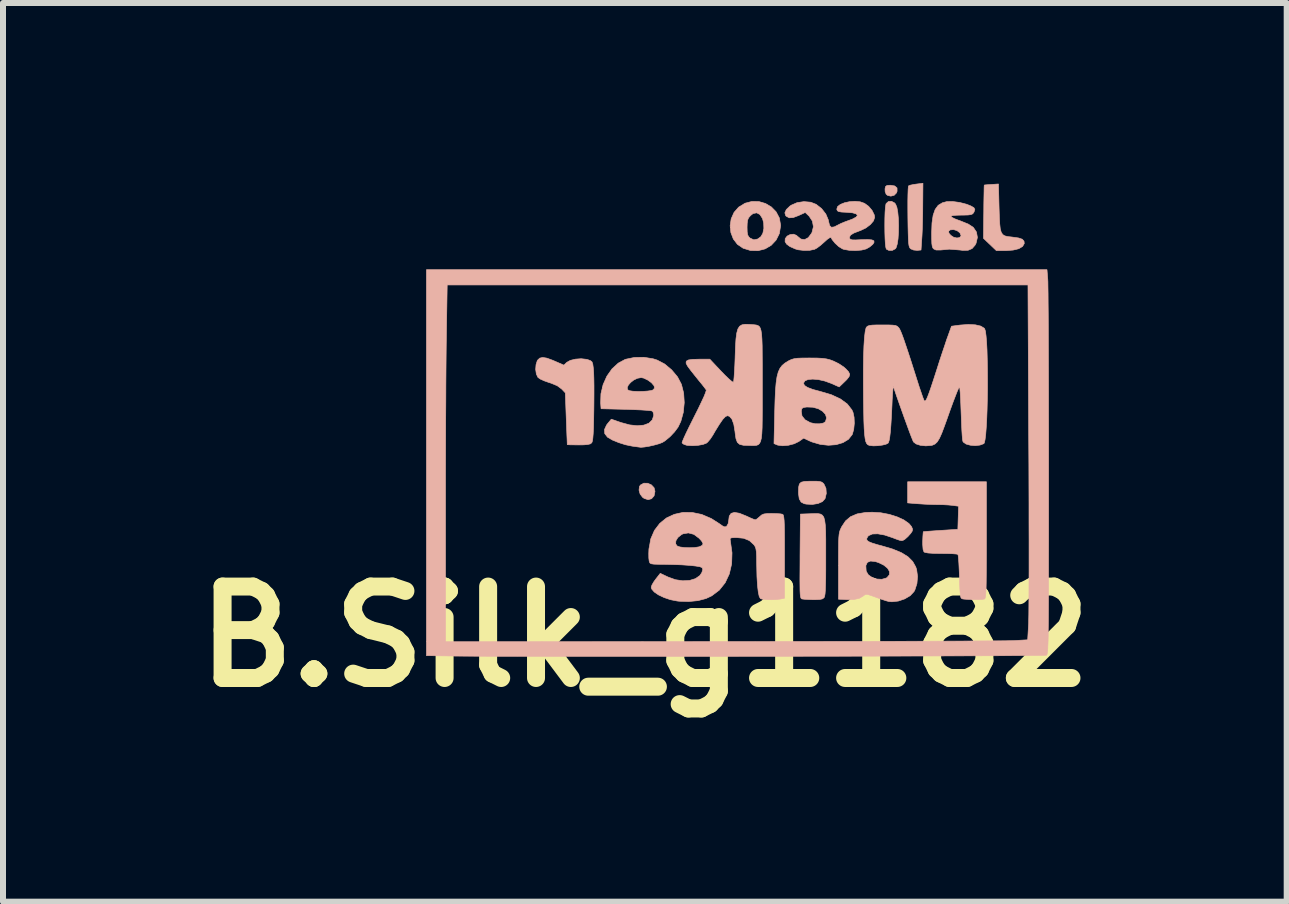
<source format=kicad_pcb>
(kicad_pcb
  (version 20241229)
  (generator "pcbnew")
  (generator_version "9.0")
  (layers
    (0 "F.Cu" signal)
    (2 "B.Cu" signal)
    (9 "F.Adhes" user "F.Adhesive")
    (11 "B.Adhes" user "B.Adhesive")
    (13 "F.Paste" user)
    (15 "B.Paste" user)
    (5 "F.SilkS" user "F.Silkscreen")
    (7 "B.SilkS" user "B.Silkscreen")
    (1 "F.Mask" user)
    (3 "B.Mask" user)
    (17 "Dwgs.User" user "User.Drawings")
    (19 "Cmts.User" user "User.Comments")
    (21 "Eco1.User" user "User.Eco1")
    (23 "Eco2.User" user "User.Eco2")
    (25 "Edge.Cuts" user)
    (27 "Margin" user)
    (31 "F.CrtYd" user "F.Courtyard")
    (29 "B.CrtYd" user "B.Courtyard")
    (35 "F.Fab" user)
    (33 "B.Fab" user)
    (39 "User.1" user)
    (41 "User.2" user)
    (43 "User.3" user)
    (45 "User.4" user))
  (footprint "B.Silk_g1182"
    (layer "F.Cu")
    (at 7.7 7.563)
    (property "Reference" "B.Silk_g1182" (at 0 0 0) (layer "F.SilkS") (effects (font (size 1.524 1.524) (thickness 0.3))))
    (attr through_hole)
    (fp_poly (pts (xy 0.048 -2.557) (xy 0.109 -2.53) (xy 0.154 -2.482) (xy 0.169 -2.422) (xy 0.154 -2.347) (xy 0.112 -2.299) (xy 0.054 -2.283) (xy -0.011 -2.304) (xy -0.038 -2.323) (xy -0.079 -2.377) (xy -0.097 -2.442) (xy -0.09 -2.502) (xy -0.074 -2.527) (xy -0.017 -2.558) (xy 0.048 -2.557)) (stroke (width 0.01) (type solid)) (fill yes) (layer "B.SilkS"))
    (fp_poly (pts (xy 4.166 -7.513) (xy 4.204 -7.48) (xy 4.205 -7.426) (xy 4.196 -7.399) (xy 4.157 -7.358) (xy 4.101 -7.343) (xy 4.046 -7.356) (xy 4.023 -7.375) (xy 4.006 -7.418) (xy 4.004 -7.465) (xy 4.013 -7.504) (xy 4.037 -7.521) (xy 4.089 -7.525) (xy 4.093 -7.525) (xy 4.166 -7.513)) (stroke (width 0.01) (type solid)) (fill yes) (layer "B.SilkS"))
    (fp_poly (pts (xy 2.86 -2.591) (xy 2.916 -2.586) (xy 2.951 -2.575) (xy 2.976 -2.555) (xy 2.986 -2.543) (xy 3.019 -2.473) (xy 3.025 -2.387) (xy 3.004 -2.3) (xy 3.002 -2.298) (xy 2.96 -2.251) (xy 2.887 -2.219) (xy 2.794 -2.204) (xy 2.693 -2.209) (xy 2.656 -2.216) (xy 2.605 -2.243) (xy 2.574 -2.296) (xy 2.562 -2.382) (xy 2.561 -2.412) (xy 2.564 -2.493) (xy 2.576 -2.544) (xy 2.606 -2.574) (xy 2.66 -2.587) (xy 2.748 -2.591) (xy 2.773 -2.591) (xy 2.86 -2.591)) (stroke (width 0.01) (type solid)) (fill yes) (layer "B.SilkS"))
    (fp_poly (pts (xy 4.162 -7.231) (xy 4.18 -7.21) (xy 4.202 -7.155) (xy 4.217 -7.071) (xy 4.227 -6.966) (xy 4.23 -6.852) (xy 4.228 -6.737) (xy 4.221 -6.63) (xy 4.207 -6.542) (xy 4.188 -6.482) (xy 4.177 -6.466) (xy 4.126 -6.439) (xy 4.067 -6.439) (xy 4.026 -6.46) (xy 4.017 -6.49) (xy 4.009 -6.554) (xy 4.004 -6.642) (xy 4.001 -6.746) (xy 4 -6.858) (xy 4.001 -6.969) (xy 4.004 -7.069) (xy 4.01 -7.151) (xy 4.018 -7.205) (xy 4.022 -7.219) (xy 4.061 -7.254) (xy 4.112 -7.257) (xy 4.162 -7.231)) (stroke (width 0.01) (type solid)) (fill yes) (layer "B.SilkS"))
    (fp_poly (pts (xy 4.633 -7.192) (xy 4.632 -7.054) (xy 4.629 -6.914) (xy 4.625 -6.785) (xy 4.62 -6.679) (xy 4.617 -6.636) (xy 4.604 -6.445) (xy 4.54 -6.439) (xy 4.479 -6.445) (xy 4.434 -6.464) (xy 4.421 -6.476) (xy 4.411 -6.493) (xy 4.403 -6.521) (xy 4.397 -6.566) (xy 4.393 -6.631) (xy 4.39 -6.724) (xy 4.387 -6.848) (xy 4.385 -6.997) (xy 4.384 -7.138) (xy 4.384 -7.266) (xy 4.386 -7.373) (xy 4.389 -7.454) (xy 4.393 -7.503) (xy 4.396 -7.514) (xy 4.425 -7.526) (xy 4.482 -7.538) (xy 4.524 -7.544) (xy 4.636 -7.558) (xy 4.633 -7.192)) (stroke (width 0.01) (type solid)) (fill yes) (layer "B.SilkS"))
    (fp_poly (pts (xy 5.905 -7.151) (xy 5.91 -6.999) (xy 5.916 -6.883) (xy 5.925 -6.799) (xy 5.941 -6.741) (xy 5.966 -6.703) (xy 6.001 -6.681) (xy 6.051 -6.669) (xy 6.116 -6.662) (xy 6.131 -6.66) (xy 6.23 -6.646) (xy 6.292 -6.625) (xy 6.321 -6.592) (xy 6.325 -6.553) (xy 6.297 -6.505) (xy 6.234 -6.467) (xy 6.139 -6.444) (xy 6.019 -6.435) (xy 6.015 -6.435) (xy 5.86 -6.435) (xy 5.645 -6.64) (xy 5.65 -7.082) (xy 5.651 -7.214) (xy 5.653 -7.33) (xy 5.655 -7.425) (xy 5.656 -7.492) (xy 5.658 -7.525) (xy 5.658 -7.528) (xy 5.68 -7.531) (xy 5.731 -7.535) (xy 5.779 -7.538) (xy 5.895 -7.546) (xy 5.905 -7.151)) (stroke (width 0.01) (type solid)) (fill yes) (layer "B.SilkS"))
    (fp_poly (pts (xy 2.886 -2.051) (xy 2.928 -2.043) (xy 2.959 -2.025) (xy 2.983 -1.991) (xy 2.998 -1.938) (xy 3.008 -1.862) (xy 3.014 -1.759) (xy 3.016 -1.624) (xy 3.016 -1.454) (xy 3.016 -1.311) (xy 3.016 -1.123) (xy 3.015 -0.974) (xy 3.012 -0.858) (xy 3.009 -0.772) (xy 3.004 -0.712) (xy 2.997 -0.673) (xy 2.989 -0.652) (xy 2.987 -0.649) (xy 2.96 -0.629) (xy 2.913 -0.619) (xy 2.836 -0.616) (xy 2.807 -0.616) (xy 2.727 -0.619) (xy 2.659 -0.623) (xy 2.619 -0.628) (xy 2.619 -0.628) (xy 2.609 -0.633) (xy 2.601 -0.645) (xy 2.595 -0.668) (xy 2.59 -0.707) (xy 2.587 -0.765) (xy 2.586 -0.848) (xy 2.585 -0.958) (xy 2.586 -1.101) (xy 2.587 -1.281) (xy 2.587 -1.34) (xy 2.593 -2.043) (xy 2.767 -2.049) (xy 2.833 -2.051) (xy 2.886 -2.051)) (stroke (width 0.01) (type solid)) (fill yes) (layer "B.SilkS"))
    (fp_poly (pts (xy 1.901 -7.253) (xy 2.011 -7.221) (xy 2.109 -7.163) (xy 2.188 -7.082) (xy 2.242 -6.98) (xy 2.263 -6.861) (xy 2.263 -6.847) (xy 2.242 -6.719) (xy 2.188 -6.611) (xy 2.107 -6.524) (xy 2.005 -6.464) (xy 1.888 -6.434) (xy 1.761 -6.437) (xy 1.638 -6.475) (xy 1.543 -6.54) (xy 1.475 -6.629) (xy 1.434 -6.736) (xy 1.425 -6.824) (xy 1.704 -6.824) (xy 1.706 -6.746) (xy 1.714 -6.697) (xy 1.732 -6.665) (xy 1.754 -6.644) (xy 1.817 -6.615) (xy 1.882 -6.629) (xy 1.934 -6.667) (xy 1.967 -6.724) (xy 1.984 -6.805) (xy 1.981 -6.894) (xy 1.962 -6.969) (xy 1.918 -7.037) (xy 1.865 -7.065) (xy 1.804 -7.053) (xy 1.761 -7.019) (xy 1.73 -6.983) (xy 1.713 -6.943) (xy 1.706 -6.886) (xy 1.704 -6.824) (xy 1.425 -6.824) (xy 1.422 -6.85) (xy 1.439 -6.965) (xy 1.487 -7.072) (xy 1.564 -7.16) (xy 1.67 -7.225) (xy 1.785 -7.255) (xy 1.901 -7.253)) (stroke (width 0.01) (type solid)) (fill yes) (layer "B.SilkS"))
    (fp_poly (pts (xy -1.634 -4.643) (xy -1.539 -4.608) (xy -1.499 -4.591) (xy -1.35 -4.526) (xy -1.302 -4.572) (xy -1.243 -4.605) (xy -1.157 -4.626) (xy -1.062 -4.633) (xy -0.972 -4.623) (xy -0.947 -4.616) (xy -0.905 -4.6) (xy -0.881 -4.58) (xy -0.868 -4.543) (xy -0.859 -4.478) (xy -0.857 -4.457) (xy -0.853 -4.398) (xy -0.85 -4.305) (xy -0.848 -4.184) (xy -0.848 -4.045) (xy -0.849 -3.894) (xy -0.85 -3.795) (xy -0.853 -3.621) (xy -0.856 -3.485) (xy -0.861 -3.383) (xy -0.867 -3.31) (xy -0.874 -3.262) (xy -0.883 -3.236) (xy -0.886 -3.231) (xy -0.91 -3.213) (xy -0.952 -3.203) (xy -1.019 -3.197) (xy -1.103 -3.196) (xy -1.187 -3.197) (xy -1.251 -3.198) (xy -1.288 -3.2) (xy -1.293 -3.201) (xy -1.294 -3.223) (xy -1.296 -3.281) (xy -1.3 -3.368) (xy -1.304 -3.478) (xy -1.309 -3.605) (xy -1.31 -3.635) (xy -1.326 -4.064) (xy -1.387 -4.128) (xy -1.461 -4.183) (xy -1.572 -4.228) (xy -1.598 -4.236) (xy -1.677 -4.264) (xy -1.743 -4.294) (xy -1.783 -4.322) (xy -1.783 -4.323) (xy -1.809 -4.378) (xy -1.82 -4.455) (xy -1.814 -4.535) (xy -1.793 -4.601) (xy -1.787 -4.61) (xy -1.752 -4.643) (xy -1.703 -4.654) (xy -1.634 -4.643)) (stroke (width 0.01) (type solid)) (fill yes) (layer "B.SilkS"))
    (fp_poly (pts (xy 5.248 -7.238) (xy 5.364 -7.208) (xy 5.434 -7.18) (xy 5.485 -7.151) (xy 5.501 -7.122) (xy 5.488 -7.08) (xy 5.481 -7.068) (xy 5.465 -7.048) (xy 5.437 -7.036) (xy 5.388 -7.029) (xy 5.309 -7.027) (xy 5.28 -7.027) (xy 5.199 -7.025) (xy 5.137 -7.02) (xy 5.104 -7.011) (xy 5.101 -7.008) (xy 5.119 -6.99) (xy 5.166 -6.966) (xy 5.202 -6.952) (xy 5.284 -6.921) (xy 5.368 -6.887) (xy 5.391 -6.878) (xy 5.476 -6.822) (xy 5.528 -6.745) (xy 5.544 -6.655) (xy 5.522 -6.559) (xy 5.504 -6.525) (xy 5.455 -6.469) (xy 5.389 -6.441) (xy 5.299 -6.439) (xy 5.253 -6.445) (xy 5.075 -6.459) (xy 4.932 -6.445) (xy 4.855 -6.445) (xy 4.819 -6.461) (xy 4.802 -6.478) (xy 4.791 -6.507) (xy 4.784 -6.554) (xy 4.782 -6.628) (xy 4.781 -6.729) (xy 4.782 -6.758) (xy 5.062 -6.758) (xy 5.071 -6.723) (xy 5.101 -6.689) (xy 5.148 -6.658) (xy 5.201 -6.646) (xy 5.246 -6.652) (xy 5.269 -6.677) (xy 5.271 -6.686) (xy 5.252 -6.732) (xy 5.205 -6.768) (xy 5.146 -6.786) (xy 5.089 -6.78) (xy 5.062 -6.758) (xy 4.782 -6.758) (xy 4.787 -6.896) (xy 4.806 -7.025) (xy 4.84 -7.122) (xy 4.89 -7.19) (xy 4.959 -7.232) (xy 5.033 -7.252) (xy 5.131 -7.254) (xy 5.248 -7.238)) (stroke (width 0.01) (type solid)) (fill yes) (layer "B.SilkS"))
    (fp_poly (pts (xy 5.694 -1.611) (xy 5.694 -1.381) (xy 5.693 -1.19) (xy 5.692 -1.034) (xy 5.691 -0.91) (xy 5.689 -0.814) (xy 5.686 -0.742) (xy 5.682 -0.691) (xy 5.677 -0.658) (xy 5.671 -0.638) (xy 5.664 -0.628) (xy 5.66 -0.627) (xy 5.622 -0.621) (xy 5.555 -0.617) (xy 5.474 -0.617) (xy 5.393 -0.62) (xy 5.325 -0.625) (xy 5.3 -0.628) (xy 5.283 -0.634) (xy 5.271 -0.646) (xy 5.263 -0.671) (xy 5.257 -0.715) (xy 5.252 -0.784) (xy 5.248 -0.884) (xy 5.245 -0.996) (xy 5.24 -1.116) (xy 5.235 -1.22) (xy 5.229 -1.302) (xy 5.223 -1.355) (xy 5.219 -1.371) (xy 5.193 -1.377) (xy 5.133 -1.382) (xy 5.049 -1.385) (xy 4.948 -1.386) (xy 4.942 -1.386) (xy 4.813 -1.388) (xy 4.723 -1.394) (xy 4.669 -1.404) (xy 4.653 -1.413) (xy 4.638 -1.454) (xy 4.632 -1.534) (xy 4.632 -1.592) (xy 4.635 -1.667) (xy 4.639 -1.723) (xy 4.642 -1.748) (xy 4.642 -1.749) (xy 4.663 -1.751) (xy 4.719 -1.756) (xy 4.802 -1.762) (xy 4.903 -1.769) (xy 4.932 -1.771) (xy 5.218 -1.789) (xy 5.224 -1.981) (xy 5.23 -2.174) (xy 5.131 -2.188) (xy 5.056 -2.195) (xy 4.962 -2.2) (xy 4.881 -2.201) (xy 4.782 -2.203) (xy 4.665 -2.208) (xy 4.557 -2.215) (xy 4.556 -2.215) (xy 4.381 -2.229) (xy 4.381 -2.582) (xy 5.694 -2.582) (xy 5.694 -1.611)) (stroke (width 0.01) (type solid)) (fill yes) (layer "B.SilkS"))
    (fp_poly (pts (xy 0.138 -4.632) (xy 0.204 -4.611) (xy 0.33 -4.545) (xy 0.447 -4.447) (xy 0.545 -4.33) (xy 0.61 -4.206) (xy 0.647 -4.06) (xy 0.657 -3.9) (xy 0.641 -3.738) (xy 0.6 -3.589) (xy 0.554 -3.493) (xy 0.494 -3.412) (xy 0.418 -3.332) (xy 0.338 -3.266) (xy 0.294 -3.238) (xy 0.238 -3.216) (xy 0.159 -3.194) (xy 0.072 -3.174) (xy -0.008 -3.161) (xy -0.066 -3.156) (xy -0.074 -3.157) (xy -0.105 -3.161) (xy -0.164 -3.169) (xy -0.213 -3.176) (xy -0.324 -3.199) (xy -0.437 -3.235) (xy -0.54 -3.277) (xy -0.616 -3.321) (xy -0.623 -3.326) (xy -0.668 -3.383) (xy -0.673 -3.452) (xy -0.638 -3.528) (xy -0.618 -3.554) (xy -0.559 -3.625) (xy -0.398 -3.569) (xy -0.254 -3.53) (xy -0.126 -3.516) (xy -0.017 -3.526) (xy 0.068 -3.558) (xy 0.124 -3.613) (xy 0.148 -3.688) (xy 0.148 -3.702) (xy 0.136 -3.745) (xy 0.122 -3.761) (xy 0.093 -3.767) (xy 0.029 -3.773) (xy -0.063 -3.779) (xy -0.177 -3.784) (xy -0.305 -3.789) (xy -0.318 -3.789) (xy -0.73 -3.799) (xy -0.737 -3.895) (xy -0.732 -4.05) (xy -0.708 -4.15) (xy -0.294 -4.15) (xy -0.287 -4.116) (xy -0.259 -4.1) (xy -0.2 -4.091) (xy -0.12 -4.087) (xy -0.033 -4.088) (xy 0.048 -4.094) (xy 0.11 -4.103) (xy 0.136 -4.113) (xy 0.162 -4.143) (xy 0.154 -4.18) (xy 0.151 -4.185) (xy 0.11 -4.233) (xy 0.047 -4.278) (xy -0.02 -4.31) (xy -0.062 -4.318) (xy -0.124 -4.307) (xy -0.185 -4.278) (xy -0.237 -4.237) (xy -0.276 -4.192) (xy -0.294 -4.15) (xy -0.708 -4.15) (xy -0.696 -4.201) (xy -0.633 -4.342) (xy -0.548 -4.463) (xy -0.444 -4.559) (xy -0.327 -4.622) (xy -0.32 -4.624) (xy -0.175 -4.654) (xy -0.016 -4.657) (xy 0.138 -4.632)) (stroke (width 0.01) (type solid)) (fill yes) (layer "B.SilkS"))
    (fp_poly (pts (xy 2.752 -4.645) (xy 2.871 -4.644) (xy 2.959 -4.639) (xy 3.027 -4.63) (xy 3.087 -4.615) (xy 3.143 -4.594) (xy 3.231 -4.551) (xy 3.313 -4.497) (xy 3.351 -4.464) (xy 3.396 -4.415) (xy 3.415 -4.375) (xy 3.405 -4.335) (xy 3.366 -4.285) (xy 3.315 -4.235) (xy 3.24 -4.163) (xy 3.107 -4.222) (xy 2.999 -4.261) (xy 2.894 -4.285) (xy 2.799 -4.293) (xy 2.721 -4.286) (xy 2.668 -4.264) (xy 2.646 -4.227) (xy 2.646 -4.222) (xy 2.661 -4.188) (xy 2.71 -4.155) (xy 2.795 -4.122) (xy 2.919 -4.089) (xy 2.926 -4.087) (xy 3.111 -4.032) (xy 3.261 -3.962) (xy 3.375 -3.878) (xy 3.451 -3.781) (xy 3.47 -3.74) (xy 3.488 -3.657) (xy 3.492 -3.556) (xy 3.482 -3.455) (xy 3.459 -3.374) (xy 3.455 -3.366) (xy 3.394 -3.289) (xy 3.303 -3.234) (xy 3.189 -3.2) (xy 3.06 -3.19) (xy 2.924 -3.205) (xy 2.787 -3.245) (xy 2.747 -3.262) (xy 2.647 -3.309) (xy 2.567 -3.253) (xy 2.489 -3.215) (xy 2.393 -3.19) (xy 2.297 -3.182) (xy 2.217 -3.192) (xy 2.204 -3.197) (xy 2.153 -3.218) (xy 2.165 -3.731) (xy 2.165 -3.755) (xy 2.608 -3.755) (xy 2.62 -3.678) (xy 2.671 -3.615) (xy 2.759 -3.567) (xy 2.762 -3.566) (xy 2.837 -3.549) (xy 2.912 -3.548) (xy 2.976 -3.56) (xy 3.011 -3.584) (xy 3.029 -3.646) (xy 3.011 -3.705) (xy 2.963 -3.757) (xy 2.892 -3.799) (xy 2.802 -3.824) (xy 2.701 -3.828) (xy 2.699 -3.828) (xy 2.644 -3.82) (xy 2.618 -3.802) (xy 2.608 -3.763) (xy 2.608 -3.755) (xy 2.165 -3.755) (xy 2.17 -3.932) (xy 2.177 -4.096) (xy 2.188 -4.228) (xy 2.203 -4.331) (xy 2.224 -4.411) (xy 2.252 -4.472) (xy 2.288 -4.52) (xy 2.335 -4.56) (xy 2.392 -4.595) (xy 2.402 -4.601) (xy 2.444 -4.62) (xy 2.488 -4.633) (xy 2.544 -4.641) (xy 2.622 -4.644) (xy 2.732 -4.645) (xy 2.752 -4.645)) (stroke (width 0.01) (type solid)) (fill yes) (layer "B.SilkS"))
    (fp_poly (pts (xy 3.933 -2.065) (xy 4.075 -2.038) (xy 4.205 -1.997) (xy 4.317 -1.946) (xy 4.402 -1.886) (xy 4.445 -1.835) (xy 4.463 -1.793) (xy 4.458 -1.76) (xy 4.433 -1.722) (xy 4.385 -1.668) (xy 4.338 -1.626) (xy 4.31 -1.608) (xy 4.284 -1.6) (xy 4.249 -1.606) (xy 4.193 -1.625) (xy 4.128 -1.65) (xy 3.996 -1.694) (xy 3.883 -1.714) (xy 3.793 -1.711) (xy 3.731 -1.684) (xy 3.716 -1.668) (xy 3.699 -1.635) (xy 3.702 -1.608) (xy 3.73 -1.584) (xy 3.788 -1.56) (xy 3.88 -1.532) (xy 3.948 -1.514) (xy 4.131 -1.46) (xy 4.276 -1.4) (xy 4.386 -1.332) (xy 4.465 -1.253) (xy 4.516 -1.162) (xy 4.531 -1.117) (xy 4.546 -1.003) (xy 4.536 -0.885) (xy 4.502 -0.779) (xy 4.487 -0.751) (xy 4.424 -0.683) (xy 4.332 -0.629) (xy 4.226 -0.593) (xy 4.119 -0.581) (xy 4.065 -0.586) (xy 4.021 -0.598) (xy 3.951 -0.621) (xy 3.869 -0.65) (xy 3.85 -0.657) (xy 3.77 -0.686) (xy 3.718 -0.702) (xy 3.686 -0.704) (xy 3.663 -0.695) (xy 3.64 -0.677) (xy 3.575 -0.639) (xy 3.486 -0.619) (xy 3.366 -0.617) (xy 3.344 -0.618) (xy 3.228 -0.624) (xy 3.228 -1.175) (xy 3.228 -1.184) (xy 3.684 -1.184) (xy 3.689 -1.102) (xy 3.692 -1.087) (xy 3.727 -1.029) (xy 3.79 -0.986) (xy 3.869 -0.96) (xy 3.951 -0.956) (xy 4.025 -0.977) (xy 4.039 -0.986) (xy 4.077 -1.032) (xy 4.079 -1.085) (xy 4.047 -1.139) (xy 3.986 -1.19) (xy 3.899 -1.233) (xy 3.844 -1.251) (xy 3.763 -1.26) (xy 3.709 -1.238) (xy 3.684 -1.184) (xy 3.228 -1.184) (xy 3.228 -1.342) (xy 3.229 -1.472) (xy 3.23 -1.571) (xy 3.233 -1.646) (xy 3.238 -1.701) (xy 3.245 -1.742) (xy 3.255 -1.775) (xy 3.269 -1.806) (xy 3.281 -1.831) (xy 3.346 -1.929) (xy 3.43 -2) (xy 3.539 -2.046) (xy 3.678 -2.07) (xy 3.79 -2.074) (xy 3.933 -2.065)) (stroke (width 0.01) (type solid)) (fill yes) (layer "B.SilkS"))
    (fp_poly (pts (xy 1.741 -5.205) (xy 1.781 -5.202) (xy 1.822 -5.199) (xy 1.856 -5.195) (xy 1.884 -5.187) (xy 1.907 -5.171) (xy 1.924 -5.144) (xy 1.937 -5.101) (xy 1.946 -5.041) (xy 1.952 -4.958) (xy 1.956 -4.849) (xy 1.957 -4.711) (xy 1.958 -4.54) (xy 1.958 -4.332) (xy 1.958 -4.191) (xy 1.958 -3.959) (xy 1.958 -3.765) (xy 1.957 -3.607) (xy 1.955 -3.48) (xy 1.95 -3.382) (xy 1.942 -3.308) (xy 1.929 -3.255) (xy 1.912 -3.221) (xy 1.89 -3.2) (xy 1.861 -3.189) (xy 1.825 -3.186) (xy 1.781 -3.186) (xy 1.737 -3.187) (xy 1.643 -3.19) (xy 1.581 -3.205) (xy 1.542 -3.239) (xy 1.519 -3.3) (xy 1.505 -3.395) (xy 1.503 -3.416) (xy 1.483 -3.539) (xy 1.452 -3.625) (xy 1.41 -3.673) (xy 1.376 -3.683) (xy 1.343 -3.668) (xy 1.299 -3.622) (xy 1.243 -3.541) (xy 1.172 -3.426) (xy 1.134 -3.36) (xy 1.092 -3.296) (xy 1.048 -3.244) (xy 1.027 -3.226) (xy 0.97 -3.204) (xy 0.887 -3.189) (xy 0.796 -3.183) (xy 0.712 -3.188) (xy 0.69 -3.192) (xy 0.643 -3.21) (xy 0.62 -3.23) (xy 0.627 -3.255) (xy 0.651 -3.312) (xy 0.689 -3.395) (xy 0.739 -3.498) (xy 0.798 -3.616) (xy 0.825 -3.67) (xy 0.889 -3.797) (xy 0.943 -3.91) (xy 0.986 -4.002) (xy 1.013 -4.07) (xy 1.024 -4.107) (xy 1.024 -4.112) (xy 1.004 -4.139) (xy 0.965 -4.19) (xy 0.911 -4.256) (xy 0.878 -4.297) (xy 0.817 -4.373) (xy 0.761 -4.444) (xy 0.721 -4.498) (xy 0.709 -4.515) (xy 0.687 -4.56) (xy 0.691 -4.592) (xy 0.725 -4.612) (xy 0.793 -4.622) (xy 0.899 -4.625) (xy 0.902 -4.625) (xy 1.083 -4.625) (xy 1.271 -4.425) (xy 1.342 -4.352) (xy 1.404 -4.293) (xy 1.45 -4.254) (xy 1.474 -4.241) (xy 1.476 -4.242) (xy 1.482 -4.267) (xy 1.488 -4.328) (xy 1.494 -4.417) (xy 1.5 -4.529) (xy 1.505 -4.655) (xy 1.505 -4.664) (xy 1.511 -4.832) (xy 1.519 -4.963) (xy 1.532 -5.061) (xy 1.551 -5.129) (xy 1.579 -5.174) (xy 1.619 -5.198) (xy 1.672 -5.207) (xy 1.741 -5.205)) (stroke (width 0.01) (type solid)) (fill yes) (layer "B.SilkS"))
    (fp_poly (pts (xy 3.589 -7.249) (xy 3.661 -7.224) (xy 3.73 -7.174) (xy 3.788 -7.105) (xy 3.824 -7.032) (xy 3.831 -6.99) (xy 3.812 -6.931) (xy 3.76 -6.87) (xy 3.685 -6.813) (xy 3.593 -6.769) (xy 3.577 -6.764) (xy 3.484 -6.728) (xy 3.429 -6.694) (xy 3.411 -6.658) (xy 3.414 -6.638) (xy 3.428 -6.622) (xy 3.458 -6.614) (xy 3.513 -6.613) (xy 3.602 -6.617) (xy 3.603 -6.617) (xy 3.713 -6.62) (xy 3.785 -6.614) (xy 3.819 -6.598) (xy 3.82 -6.57) (xy 3.799 -6.539) (xy 3.749 -6.497) (xy 3.689 -6.463) (xy 3.612 -6.444) (xy 3.512 -6.436) (xy 3.409 -6.44) (xy 3.32 -6.455) (xy 3.295 -6.464) (xy 3.234 -6.501) (xy 3.172 -6.558) (xy 3.122 -6.619) (xy 3.106 -6.651) (xy 3.086 -6.653) (xy 3.042 -6.624) (xy 2.992 -6.579) (xy 2.93 -6.524) (xy 2.87 -6.479) (xy 2.83 -6.457) (xy 2.749 -6.44) (xy 2.651 -6.438) (xy 2.556 -6.449) (xy 2.508 -6.463) (xy 2.418 -6.503) (xy 2.364 -6.543) (xy 2.338 -6.584) (xy 2.34 -6.635) (xy 2.372 -6.677) (xy 2.422 -6.703) (xy 2.479 -6.709) (xy 2.529 -6.689) (xy 2.541 -6.677) (xy 2.601 -6.628) (xy 2.664 -6.619) (xy 2.724 -6.651) (xy 2.777 -6.721) (xy 2.787 -6.74) (xy 2.81 -6.834) (xy 2.793 -6.927) (xy 2.739 -7.009) (xy 2.734 -7.014) (xy 2.674 -7.071) (xy 2.563 -7.02) (xy 2.473 -6.986) (xy 2.406 -6.982) (xy 2.358 -7.008) (xy 2.348 -7.018) (xy 2.334 -7.065) (xy 2.358 -7.119) (xy 2.417 -7.176) (xy 2.44 -7.192) (xy 2.538 -7.235) (xy 2.652 -7.252) (xy 2.765 -7.242) (xy 2.855 -7.207) (xy 2.946 -7.136) (xy 3.017 -7.045) (xy 3.058 -6.948) (xy 3.063 -6.922) (xy 3.08 -6.854) (xy 3.11 -6.824) (xy 3.158 -6.831) (xy 3.201 -6.853) (xy 3.27 -6.888) (xy 3.346 -6.919) (xy 3.355 -6.922) (xy 3.459 -6.96) (xy 3.522 -6.994) (xy 3.544 -7.023) (xy 3.524 -7.047) (xy 3.463 -7.065) (xy 3.361 -7.074) (xy 3.358 -7.074) (xy 3.279 -7.078) (xy 3.233 -7.086) (xy 3.21 -7.099) (xy 3.201 -7.121) (xy 3.2 -7.127) (xy 3.213 -7.169) (xy 3.259 -7.205) (xy 3.329 -7.233) (xy 3.413 -7.251) (xy 3.503 -7.257) (xy 3.589 -7.249)) (stroke (width 0.01) (type solid)) (fill yes) (layer "B.SilkS"))
    (fp_poly (pts (xy 6.717 -5.955) (xy 6.719 -5.915) (xy 6.72 -5.835) (xy 6.722 -5.718) (xy 6.723 -5.566) (xy 6.725 -5.382) (xy 6.726 -5.169) (xy 6.727 -4.928) (xy 6.728 -4.662) (xy 6.729 -4.375) (xy 6.73 -4.068) (xy 6.73 -3.744) (xy 6.731 -3.406) (xy 6.731 -3.055) (xy 6.731 -2.751) (xy 6.731 -2.331) (xy 6.731 -1.952) (xy 6.731 -1.611) (xy 6.73 -1.306) (xy 6.73 -1.036) (xy 6.73 -0.797) (xy 6.729 -0.589) (xy 6.728 -0.408) (xy 6.727 -0.254) (xy 6.725 -0.124) (xy 6.724 -0.015) (xy 6.722 0.073) (xy 6.719 0.144) (xy 6.717 0.199) (xy 6.714 0.24) (xy 6.71 0.269) (xy 6.706 0.289) (xy 6.702 0.301) (xy 6.697 0.308) (xy 6.694 0.31) (xy 6.67 0.311) (xy 6.607 0.313) (xy 6.505 0.314) (xy 6.368 0.315) (xy 6.197 0.316) (xy 5.996 0.318) (xy 5.766 0.319) (xy 5.509 0.32) (xy 5.228 0.321) (xy 4.925 0.322) (xy 4.603 0.323) (xy 4.263 0.324) (xy 3.908 0.325) (xy 3.54 0.326) (xy 3.161 0.327) (xy 2.774 0.327) (xy 2.38 0.328) (xy 1.983 0.329) (xy 1.585 0.329) (xy 1.186 0.33) (xy 0.791 0.33) (xy 0.401 0.33) (xy 0.019 0.33) (xy -0.354 0.33) (xy -0.715 0.33) (xy -1.061 0.33) (xy -1.392 0.33) (xy -1.703 0.329) (xy -1.993 0.329) (xy -2.26 0.328) (xy -2.502 0.328) (xy -2.715 0.327) (xy -2.899 0.326) (xy -3.05 0.325) (xy -3.167 0.324) (xy -3.201 0.323) (xy -3.641 0.317) (xy -3.641 -2.029) (xy -3.323 -2.029) (xy -3.323 0.085) (xy 1.296 0.082) (xy 1.739 0.082) (xy 2.172 0.081) (xy 2.594 0.081) (xy 3.002 0.08) (xy 3.395 0.079) (xy 3.77 0.079) (xy 4.125 0.078) (xy 4.459 0.077) (xy 4.769 0.076) (xy 5.053 0.075) (xy 5.309 0.074) (xy 5.536 0.072) (xy 5.73 0.071) (xy 5.89 0.07) (xy 6.015 0.069) (xy 6.101 0.067) (xy 6.147 0.066) (xy 6.149 0.066) (xy 6.382 0.053) (xy 6.398 -0.222) (xy 6.399 -0.278) (xy 6.401 -0.373) (xy 6.402 -0.505) (xy 6.403 -0.671) (xy 6.404 -0.867) (xy 6.405 -1.091) (xy 6.405 -1.341) (xy 6.405 -1.613) (xy 6.404 -1.904) (xy 6.404 -2.211) (xy 6.403 -2.532) (xy 6.402 -2.864) (xy 6.4 -3.18) (xy 6.387 -5.863) (xy -3.295 -5.863) (xy -3.309 -5.002) (xy -3.311 -4.854) (xy -3.313 -4.667) (xy -3.315 -4.448) (xy -3.317 -4.2) (xy -3.318 -3.928) (xy -3.32 -3.636) (xy -3.321 -3.33) (xy -3.322 -3.014) (xy -3.323 -2.693) (xy -3.323 -2.37) (xy -3.323 -2.051) (xy -3.323 -2.029) (xy -3.641 -2.029) (xy -3.641 -6.117) (xy 6.704 -6.117) (xy 6.717 -5.955)) (stroke (width 0.01) (type solid)) (fill yes) (layer "B.SilkS"))
    (fp_poly (pts (xy 1.575 -2.057) (xy 1.685 -2.013) (xy 1.69 -2.011) (xy 1.759 -1.979) (xy 1.814 -1.956) (xy 1.842 -1.947) (xy 1.842 -1.947) (xy 1.868 -1.961) (xy 1.908 -1.994) (xy 1.914 -2) (xy 1.948 -2.029) (xy 1.986 -2.045) (xy 2.043 -2.052) (xy 2.114 -2.053) (xy 2.193 -2.051) (xy 2.258 -2.047) (xy 2.295 -2.04) (xy 2.304 -2.033) (xy 2.311 -2.016) (xy 2.317 -1.984) (xy 2.322 -1.934) (xy 2.325 -1.862) (xy 2.327 -1.763) (xy 2.328 -1.633) (xy 2.328 -1.467) (xy 2.328 -1.334) (xy 2.328 -0.64) (xy 2.262 -0.627) (xy 2.191 -0.618) (xy 2.107 -0.615) (xy 2.026 -0.617) (xy 1.96 -0.624) (xy 1.927 -0.634) (xy 1.907 -0.668) (xy 1.891 -0.742) (xy 1.878 -0.853) (xy 1.869 -0.999) (xy 1.865 -1.178) (xy 1.864 -1.23) (xy 1.863 -1.339) (xy 1.859 -1.415) (xy 1.851 -1.466) (xy 1.838 -1.502) (xy 1.819 -1.531) (xy 1.818 -1.532) (xy 1.743 -1.601) (xy 1.647 -1.64) (xy 1.533 -1.651) (xy 1.466 -1.65) (xy 1.431 -1.644) (xy 1.421 -1.629) (xy 1.425 -1.598) (xy 1.426 -1.593) (xy 1.453 -1.397) (xy 1.447 -1.213) (xy 1.408 -1.045) (xy 1.339 -0.898) (xy 1.241 -0.775) (xy 1.115 -0.68) (xy 1.019 -0.635) (xy 0.886 -0.6) (xy 0.731 -0.585) (xy 0.571 -0.59) (xy 0.538 -0.594) (xy 0.426 -0.616) (xy 0.32 -0.652) (xy 0.227 -0.696) (xy 0.156 -0.745) (xy 0.114 -0.794) (xy 0.106 -0.823) (xy 0.118 -0.86) (xy 0.15 -0.915) (xy 0.181 -0.958) (xy 0.257 -1.055) (xy 0.388 -0.993) (xy 0.51 -0.949) (xy 0.632 -0.931) (xy 0.746 -0.937) (xy 0.844 -0.967) (xy 0.918 -1.019) (xy 0.949 -1.066) (xy 0.966 -1.116) (xy 0.957 -1.147) (xy 0.954 -1.15) (xy 0.919 -1.165) (xy 0.847 -1.177) (xy 0.743 -1.188) (xy 0.612 -1.197) (xy 0.461 -1.202) (xy 0.323 -1.205) (xy 0.22 -1.206) (xy 0.152 -1.208) (xy 0.11 -1.214) (xy 0.088 -1.224) (xy 0.077 -1.242) (xy 0.072 -1.261) (xy 0.066 -1.31) (xy 0.065 -1.385) (xy 0.068 -1.461) (xy 0.084 -1.546) (xy 0.514 -1.546) (xy 0.539 -1.511) (xy 0.584 -1.495) (xy 0.657 -1.485) (xy 0.743 -1.482) (xy 0.828 -1.485) (xy 0.899 -1.496) (xy 0.919 -1.502) (xy 0.961 -1.525) (xy 0.969 -1.554) (xy 0.945 -1.596) (xy 0.903 -1.641) (xy 0.817 -1.705) (xy 0.726 -1.729) (xy 0.637 -1.714) (xy 0.609 -1.7) (xy 0.55 -1.652) (xy 0.517 -1.597) (xy 0.514 -1.546) (xy 0.084 -1.546) (xy 0.098 -1.628) (xy 0.16 -1.771) (xy 0.249 -1.888) (xy 0.36 -1.978) (xy 0.491 -2.039) (xy 0.635 -2.071) (xy 0.789 -2.07) (xy 0.948 -2.037) (xy 1.109 -1.968) (xy 1.243 -1.882) (xy 1.298 -1.843) (xy 1.333 -1.829) (xy 1.359 -1.836) (xy 1.364 -1.841) (xy 1.388 -1.881) (xy 1.397 -1.93) (xy 1.407 -2.009) (xy 1.438 -2.055) (xy 1.494 -2.071) (xy 1.575 -2.057)) (stroke (width 0.01) (type solid)) (fill yes) (layer "B.SilkS"))
    (fp_poly (pts (xy 5.51 -5.198) (xy 5.6 -5.177) (xy 5.657 -5.142) (xy 5.665 -5.132) (xy 5.678 -5.091) (xy 5.688 -5.015) (xy 5.697 -4.909) (xy 5.704 -4.779) (xy 5.708 -4.629) (xy 5.711 -4.464) (xy 5.712 -4.291) (xy 5.712 -4.115) (xy 5.709 -3.94) (xy 5.705 -3.773) (xy 5.699 -3.618) (xy 5.691 -3.481) (xy 5.682 -3.367) (xy 5.671 -3.281) (xy 5.659 -3.23) (xy 5.651 -3.217) (xy 5.586 -3.193) (xy 5.507 -3.184) (xy 5.426 -3.191) (xy 5.356 -3.21) (xy 5.31 -3.242) (xy 5.302 -3.255) (xy 5.296 -3.286) (xy 5.29 -3.353) (xy 5.284 -3.449) (xy 5.279 -3.565) (xy 5.274 -3.695) (xy 5.273 -3.718) (xy 5.268 -3.849) (xy 5.263 -3.964) (xy 5.258 -4.058) (xy 5.252 -4.125) (xy 5.248 -4.157) (xy 5.247 -4.158) (xy 5.239 -4.155) (xy 5.227 -4.132) (xy 5.207 -4.087) (xy 5.179 -4.016) (xy 5.141 -3.917) (xy 5.093 -3.786) (xy 5.034 -3.619) (xy 4.996 -3.514) (xy 4.95 -3.392) (xy 4.911 -3.305) (xy 4.875 -3.247) (xy 4.837 -3.211) (xy 4.793 -3.191) (xy 4.774 -3.187) (xy 4.683 -3.18) (xy 4.594 -3.189) (xy 4.522 -3.212) (xy 4.478 -3.246) (xy 4.478 -3.246) (xy 4.465 -3.276) (xy 4.44 -3.338) (xy 4.407 -3.425) (xy 4.368 -3.532) (xy 4.325 -3.65) (xy 4.281 -3.773) (xy 4.238 -3.894) (xy 4.199 -4.005) (xy 4.167 -4.099) (xy 4.144 -4.169) (xy 4.144 -4.17) (xy 4.14 -4.161) (xy 4.135 -4.116) (xy 4.129 -4.041) (xy 4.123 -3.942) (xy 4.12 -3.863) (xy 4.111 -3.676) (xy 4.102 -3.528) (xy 4.093 -3.414) (xy 4.083 -3.329) (xy 4.073 -3.272) (xy 4.061 -3.236) (xy 4.055 -3.226) (xy 4.021 -3.208) (xy 3.96 -3.193) (xy 3.884 -3.183) (xy 3.809 -3.18) (xy 3.748 -3.187) (xy 3.74 -3.189) (xy 3.717 -3.199) (xy 3.698 -3.219) (xy 3.683 -3.252) (xy 3.672 -3.302) (xy 3.663 -3.375) (xy 3.656 -3.473) (xy 3.651 -3.601) (xy 3.648 -3.764) (xy 3.645 -3.937) (xy 3.643 -4.214) (xy 3.643 -4.459) (xy 3.646 -4.67) (xy 3.652 -4.845) (xy 3.661 -4.984) (xy 3.673 -5.085) (xy 3.687 -5.145) (xy 3.694 -5.158) (xy 3.712 -5.175) (xy 3.741 -5.186) (xy 3.789 -5.193) (xy 3.865 -5.196) (xy 3.958 -5.196) (xy 4.062 -5.196) (xy 4.132 -5.193) (xy 4.178 -5.187) (xy 4.206 -5.175) (xy 4.227 -5.156) (xy 4.234 -5.148) (xy 4.248 -5.127) (xy 4.265 -5.091) (xy 4.286 -5.039) (xy 4.313 -4.966) (xy 4.346 -4.869) (xy 4.388 -4.744) (xy 4.439 -4.588) (xy 4.5 -4.396) (xy 4.538 -4.276) (xy 4.573 -4.166) (xy 4.606 -4.07) (xy 4.632 -3.994) (xy 4.651 -3.947) (xy 4.655 -3.937) (xy 4.666 -3.927) (xy 4.678 -3.932) (xy 4.693 -3.953) (xy 4.713 -3.997) (xy 4.739 -4.065) (xy 4.773 -4.163) (xy 4.816 -4.293) (xy 4.87 -4.46) (xy 4.871 -4.463) (xy 4.914 -4.599) (xy 4.958 -4.732) (xy 4.999 -4.853) (xy 5.032 -4.953) (xy 5.055 -5.016) (xy 5.112 -5.175) (xy 5.255 -5.194) (xy 5.393 -5.204) (xy 5.51 -5.198)) (stroke (width 0.01) (type solid)) (fill yes) (layer "B.SilkS")))
  (gr_rect
    (start -3 -3)
    (end 18.4 11.981)
    (stroke (width 0.1) (type default))
    (fill no)
    (layer "Edge.Cuts")))
</source>
